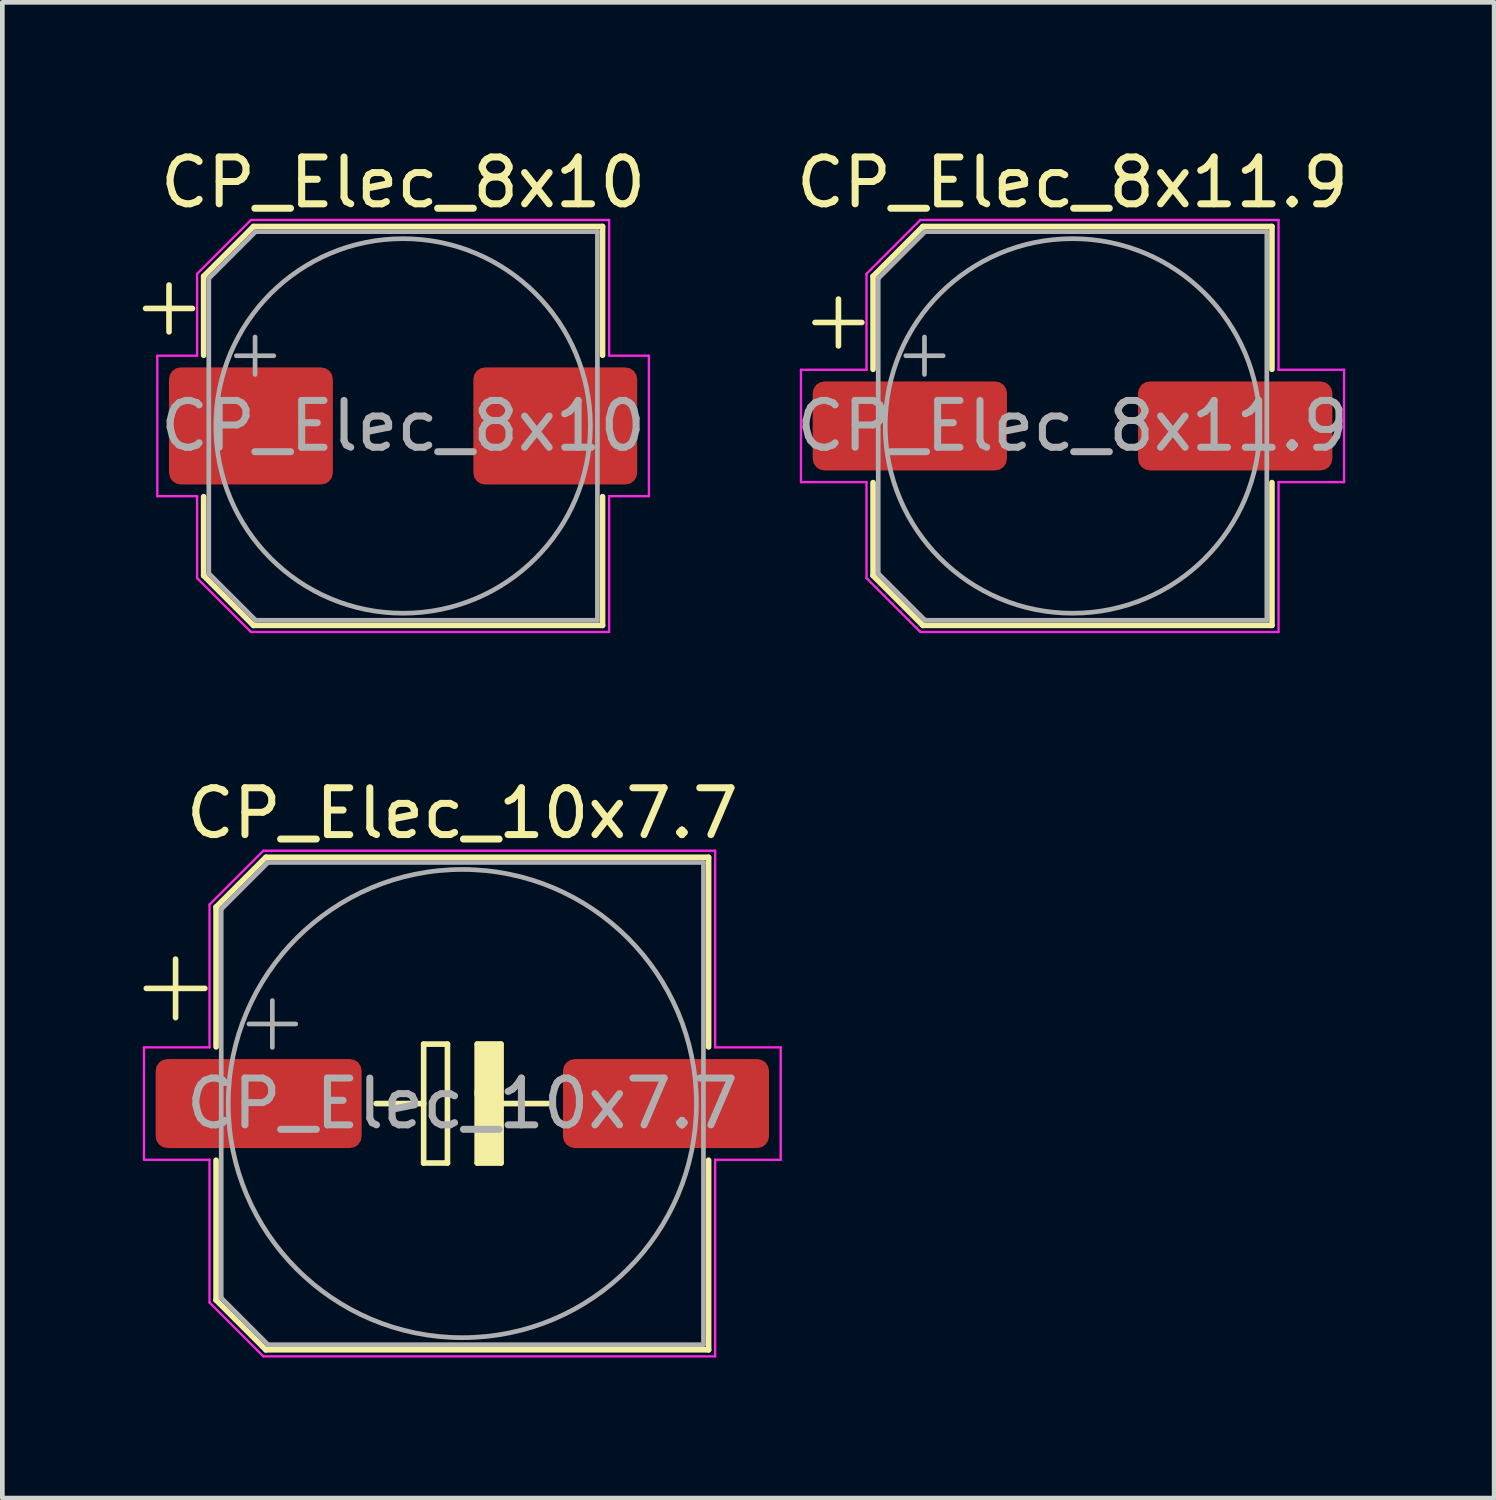
<source format=kicad_pcb>
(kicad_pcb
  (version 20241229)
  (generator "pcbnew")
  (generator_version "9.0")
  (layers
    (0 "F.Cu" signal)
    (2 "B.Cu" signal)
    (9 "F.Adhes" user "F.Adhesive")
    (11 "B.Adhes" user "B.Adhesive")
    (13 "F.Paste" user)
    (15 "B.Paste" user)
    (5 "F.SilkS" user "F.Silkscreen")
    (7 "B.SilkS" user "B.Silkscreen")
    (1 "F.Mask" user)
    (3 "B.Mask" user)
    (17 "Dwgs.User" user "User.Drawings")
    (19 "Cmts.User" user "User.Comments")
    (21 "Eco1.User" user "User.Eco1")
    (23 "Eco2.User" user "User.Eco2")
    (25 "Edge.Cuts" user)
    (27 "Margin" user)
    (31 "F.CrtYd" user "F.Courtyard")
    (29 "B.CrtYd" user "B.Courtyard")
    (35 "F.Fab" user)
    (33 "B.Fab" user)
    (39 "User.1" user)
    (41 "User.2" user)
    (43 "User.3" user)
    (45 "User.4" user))
  (footprint "CP_Elec_8x11.9"
    (layer "F.Cu")
    (at 19.858 6.048)
    (property "Reference" "CP_Elec_8x11.9" (at 0 -5.2 0) (layer "F.SilkS") (effects (font (size 1 1) (thickness 0.15))))
    (attr smd)
    (fp_line (start -5.5 -2.21) (end -4.5 -2.21) (stroke (width 0.12) (type solid)) (layer "F.SilkS"))
    (fp_line (start -5 -2.71) (end -5 -1.71) (stroke (width 0.12) (type solid)) (layer "F.SilkS"))
    (fp_line (start -4.26 -3.196) (end -4.26 -1.21) (stroke (width 0.12) (type solid)) (layer "F.SilkS"))
    (fp_line (start -4.26 -3.196) (end -3.196 -4.26) (stroke (width 0.12) (type solid)) (layer "F.SilkS"))
    (fp_line (start -4.26 3.196) (end -4.26 1.21) (stroke (width 0.12) (type solid)) (layer "F.SilkS"))
    (fp_line (start -4.26 3.196) (end -3.196 4.26) (stroke (width 0.12) (type solid)) (layer "F.SilkS"))
    (fp_line (start -3.196 -4.26) (end 4.26 -4.26) (stroke (width 0.12) (type solid)) (layer "F.SilkS"))
    (fp_line (start -3.196 4.26) (end 4.26 4.26) (stroke (width 0.12) (type solid)) (layer "F.SilkS"))
    (fp_line (start 4.26 -4.26) (end 4.26 -1.21) (stroke (width 0.12) (type solid)) (layer "F.SilkS"))
    (fp_line (start 4.26 4.26) (end 4.26 1.21) (stroke (width 0.12) (type solid)) (layer "F.SilkS"))
    (fp_line (start -5.8 -1.2) (end -5.8 1.2) (stroke (width 0.05) (type solid)) (layer "F.CrtYd"))
    (fp_line (start -5.8 1.2) (end -4.4 1.2) (stroke (width 0.05) (type solid)) (layer "F.CrtYd"))
    (fp_line (start -4.4 -3.25) (end -4.4 -1.2) (stroke (width 0.05) (type solid)) (layer "F.CrtYd"))
    (fp_line (start -4.4 -3.25) (end -3.25 -4.4) (stroke (width 0.05) (type solid)) (layer "F.CrtYd"))
    (fp_line (start -4.4 -1.2) (end -5.8 -1.2) (stroke (width 0.05) (type solid)) (layer "F.CrtYd"))
    (fp_line (start -4.4 1.2) (end -4.4 3.25) (stroke (width 0.05) (type solid)) (layer "F.CrtYd"))
    (fp_line (start -4.4 3.25) (end -3.25 4.4) (stroke (width 0.05) (type solid)) (layer "F.CrtYd"))
    (fp_line (start -3.25 -4.4) (end 4.4 -4.4) (stroke (width 0.05) (type solid)) (layer "F.CrtYd"))
    (fp_line (start -3.25 4.4) (end 4.4 4.4) (stroke (width 0.05) (type solid)) (layer "F.CrtYd"))
    (fp_line (start 4.4 -4.4) (end 4.4 -1.2) (stroke (width 0.05) (type solid)) (layer "F.CrtYd"))
    (fp_line (start 4.4 -1.2) (end 5.8 -1.2) (stroke (width 0.05) (type solid)) (layer "F.CrtYd"))
    (fp_line (start 4.4 1.2) (end 4.4 4.4) (stroke (width 0.05) (type solid)) (layer "F.CrtYd"))
    (fp_line (start 5.8 -1.2) (end 5.8 1.2) (stroke (width 0.05) (type solid)) (layer "F.CrtYd"))
    (fp_line (start 5.8 1.2) (end 4.4 1.2) (stroke (width 0.05) (type solid)) (layer "F.CrtYd"))
    (fp_line (start -4.15 -3.15) (end -4.15 3.15) (stroke (width 0.1) (type solid)) (layer "F.Fab"))
    (fp_line (start -4.15 -3.15) (end -3.15 -4.15) (stroke (width 0.1) (type solid)) (layer "F.Fab"))
    (fp_line (start -4.15 3.15) (end -3.15 4.15) (stroke (width 0.1) (type solid)) (layer "F.Fab"))
    (fp_line (start -3.562 -1.5) (end -2.762 -1.5) (stroke (width 0.1) (type solid)) (layer "F.Fab"))
    (fp_line (start -3.162 -1.9) (end -3.162 -1.1) (stroke (width 0.1) (type solid)) (layer "F.Fab"))
    (fp_line (start -3.15 -4.15) (end 4.15 -4.15) (stroke (width 0.1) (type solid)) (layer "F.Fab"))
    (fp_line (start -3.15 4.15) (end 4.15 4.15) (stroke (width 0.1) (type solid)) (layer "F.Fab"))
    (fp_line (start 4.15 -4.15) (end 4.15 4.15) (stroke (width 0.1) (type solid)) (layer "F.Fab"))
    (fp_circle (center 0 0) (end 4 0) (stroke (width 0.1) (type solid)) (fill no) (layer "F.Fab"))
    (fp_text user "${REFERENCE}" (at 0 0 0) (layer "F.Fab") (effects (font (size 1 1) (thickness 0.15))))
    (pad "1" smd roundrect (at -3.475 0) (size 4.15 1.9) (layers "F.Cu" "F.Mask" "F.Paste") (roundrect_rratio 0.132))
    (pad "2" smd roundrect (at 3.475 0) (size 4.15 1.9) (layers "F.Cu" "F.Mask" "F.Paste") (roundrect_rratio 0.132)))
  (footprint "CP_Elec_8x10"
    (layer "F.Cu")
    (at 5.56 6.048)
    (property "Reference" "CP_Elec_8x10" (at 0 -5.2 0) (layer "F.SilkS") (effects (font (size 1 1) (thickness 0.15))))
    (attr smd)
    (fp_line (start -5.5 -2.51) (end -4.5 -2.51) (stroke (width 0.12) (type solid)) (layer "F.SilkS"))
    (fp_line (start -5 -3.01) (end -5 -2.01) (stroke (width 0.12) (type solid)) (layer "F.SilkS"))
    (fp_line (start -4.26 -3.196) (end -4.26 -1.51) (stroke (width 0.12) (type solid)) (layer "F.SilkS"))
    (fp_line (start -4.26 -3.196) (end -3.196 -4.26) (stroke (width 0.12) (type solid)) (layer "F.SilkS"))
    (fp_line (start -4.26 3.196) (end -4.26 1.51) (stroke (width 0.12) (type solid)) (layer "F.SilkS"))
    (fp_line (start -4.26 3.196) (end -3.196 4.26) (stroke (width 0.12) (type solid)) (layer "F.SilkS"))
    (fp_line (start -3.196 -4.26) (end 4.26 -4.26) (stroke (width 0.12) (type solid)) (layer "F.SilkS"))
    (fp_line (start -3.196 4.26) (end 4.26 4.26) (stroke (width 0.12) (type solid)) (layer "F.SilkS"))
    (fp_line (start 4.26 -4.26) (end 4.26 -1.51) (stroke (width 0.12) (type solid)) (layer "F.SilkS"))
    (fp_line (start 4.26 4.26) (end 4.26 1.51) (stroke (width 0.12) (type solid)) (layer "F.SilkS"))
    (fp_line (start -5.25 -1.5) (end -5.25 1.5) (stroke (width 0.05) (type solid)) (layer "F.CrtYd"))
    (fp_line (start -5.25 1.5) (end -4.4 1.5) (stroke (width 0.05) (type solid)) (layer "F.CrtYd"))
    (fp_line (start -4.4 -3.25) (end -4.4 -1.5) (stroke (width 0.05) (type solid)) (layer "F.CrtYd"))
    (fp_line (start -4.4 -3.25) (end -3.25 -4.4) (stroke (width 0.05) (type solid)) (layer "F.CrtYd"))
    (fp_line (start -4.4 -1.5) (end -5.25 -1.5) (stroke (width 0.05) (type solid)) (layer "F.CrtYd"))
    (fp_line (start -4.4 1.5) (end -4.4 3.25) (stroke (width 0.05) (type solid)) (layer "F.CrtYd"))
    (fp_line (start -4.4 3.25) (end -3.25 4.4) (stroke (width 0.05) (type solid)) (layer "F.CrtYd"))
    (fp_line (start -3.25 -4.4) (end 4.4 -4.4) (stroke (width 0.05) (type solid)) (layer "F.CrtYd"))
    (fp_line (start -3.25 4.4) (end 4.4 4.4) (stroke (width 0.05) (type solid)) (layer "F.CrtYd"))
    (fp_line (start 4.4 -4.4) (end 4.4 -1.5) (stroke (width 0.05) (type solid)) (layer "F.CrtYd"))
    (fp_line (start 4.4 -1.5) (end 5.25 -1.5) (stroke (width 0.05) (type solid)) (layer "F.CrtYd"))
    (fp_line (start 4.4 1.5) (end 4.4 4.4) (stroke (width 0.05) (type solid)) (layer "F.CrtYd"))
    (fp_line (start 5.25 -1.5) (end 5.25 1.5) (stroke (width 0.05) (type solid)) (layer "F.CrtYd"))
    (fp_line (start 5.25 1.5) (end 4.4 1.5) (stroke (width 0.05) (type solid)) (layer "F.CrtYd"))
    (fp_line (start -4.15 -3.15) (end -4.15 3.15) (stroke (width 0.1) (type solid)) (layer "F.Fab"))
    (fp_line (start -4.15 -3.15) (end -3.15 -4.15) (stroke (width 0.1) (type solid)) (layer "F.Fab"))
    (fp_line (start -4.15 3.15) (end -3.15 4.15) (stroke (width 0.1) (type solid)) (layer "F.Fab"))
    (fp_line (start -3.562 -1.5) (end -2.762 -1.5) (stroke (width 0.1) (type solid)) (layer "F.Fab"))
    (fp_line (start -3.162 -1.9) (end -3.162 -1.1) (stroke (width 0.1) (type solid)) (layer "F.Fab"))
    (fp_line (start -3.15 -4.15) (end 4.15 -4.15) (stroke (width 0.1) (type solid)) (layer "F.Fab"))
    (fp_line (start -3.15 4.15) (end 4.15 4.15) (stroke (width 0.1) (type solid)) (layer "F.Fab"))
    (fp_line (start 4.15 -4.15) (end 4.15 4.15) (stroke (width 0.1) (type solid)) (layer "F.Fab"))
    (fp_circle (center 0 0) (end 4 0) (stroke (width 0.1) (type solid)) (fill no) (layer "F.Fab"))
    (fp_text user "${REFERENCE}" (at 0 0 0) (layer "F.Fab") (effects (font (size 1 1) (thickness 0.15))))
    (pad "1" smd roundrect (at -3.25 0) (size 3.5 2.5) (layers "F.Cu" "F.Mask" "F.Paste") (roundrect_rratio 0.1))
    (pad "2" smd roundrect (at 3.25 0) (size 3.5 2.5) (layers "F.Cu" "F.Mask" "F.Paste") (roundrect_rratio 0.1)))
  (footprint "CP_Elec_10x7.7"
    (layer "F.Cu")
    (at 6.825 20.521)
    (property "Reference" "CP_Elec_10x7.7" (at 0 -6.2 0) (layer "F.SilkS") (effects (font (size 1 1) (thickness 0.15))))
    (attr smd)
    (fp_line (start -6.75 -2.46) (end -5.5 -2.46) (stroke (width 0.12) (type solid)) (layer "F.SilkS"))
    (fp_line (start -6.125 -3.085) (end -6.125 -1.835) (stroke (width 0.12) (type solid)) (layer "F.SilkS"))
    (fp_line (start -5.26 -4.196) (end -5.26 -1.21) (stroke (width 0.12) (type solid)) (layer "F.SilkS"))
    (fp_line (start -5.26 -4.196) (end -4.196 -5.26) (stroke (width 0.12) (type solid)) (layer "F.SilkS"))
    (fp_line (start -5.26 4.196) (end -5.26 1.21) (stroke (width 0.12) (type solid)) (layer "F.SilkS"))
    (fp_line (start -5.26 4.196) (end -4.196 5.26) (stroke (width 0.12) (type solid)) (layer "F.SilkS"))
    (fp_line (start -4.196 -5.26) (end 5.26 -5.26) (stroke (width 0.12) (type solid)) (layer "F.SilkS"))
    (fp_line (start -4.196 5.26) (end 5.26 5.26) (stroke (width 0.12) (type solid)) (layer "F.SilkS"))
    (fp_line (start -1.841 0) (end -0.826 0) (stroke (width 0.12) (type solid)) (layer "F.SilkS"))
    (fp_line (start -0.826 1.27) (end -0.826 -1.27) (stroke (width 0.12) (type solid)) (layer "F.SilkS"))
    (fp_line (start -0.318 -1.27) (end -0.826 -1.27) (stroke (width 0.12) (type solid)) (layer "F.SilkS"))
    (fp_line (start -0.318 -1.27) (end -0.318 1.27) (stroke (width 0.12) (type solid)) (layer "F.SilkS"))
    (fp_line (start -0.318 1.27) (end -0.826 1.27) (stroke (width 0.12) (type solid)) (layer "F.SilkS"))
    (fp_line (start 0.318 -1.27) (end 0.318 -0.191) (stroke (width 0.12) (type solid)) (layer "F.SilkS"))
    (fp_line (start 0.318 -0.254) (end 0.318 1.27) (stroke (width 0.12) (type solid)) (layer "F.SilkS"))
    (fp_line (start 0.318 1.27) (end 0.826 1.27) (stroke (width 0.12) (type solid)) (layer "F.SilkS"))
    (fp_line (start 0.826 -1.27) (end 0.318 -1.27) (stroke (width 0.12) (type solid)) (layer "F.SilkS"))
    (fp_line (start 0.826 0) (end 1.841 0) (stroke (width 0.12) (type solid)) (layer "F.SilkS"))
    (fp_line (start 0.826 1.27) (end 0.826 -1.27) (stroke (width 0.12) (type solid)) (layer "F.SilkS"))
    (fp_line (start 5.26 -5.26) (end 5.26 -1.21) (stroke (width 0.12) (type solid)) (layer "F.SilkS"))
    (fp_line (start 5.26 5.26) (end 5.26 1.21) (stroke (width 0.12) (type solid)) (layer "F.SilkS"))
    (fp_poly (pts (xy 0.826 1.27) (xy 0.318 1.27) (xy 0.318 -1.27) (xy 0.826 -1.27)) (stroke (width 0.1) (type solid)) (fill yes) (layer "F.SilkS"))
    (fp_line (start -6.8 -1.2) (end -6.8 1.2) (stroke (width 0.05) (type solid)) (layer "F.CrtYd"))
    (fp_line (start -6.8 1.2) (end -5.4 1.2) (stroke (width 0.05) (type solid)) (layer "F.CrtYd"))
    (fp_line (start -5.4 -4.25) (end -5.4 -1.2) (stroke (width 0.05) (type solid)) (layer "F.CrtYd"))
    (fp_line (start -5.4 -4.25) (end -4.25 -5.4) (stroke (width 0.05) (type solid)) (layer "F.CrtYd"))
    (fp_line (start -5.4 -1.2) (end -6.8 -1.2) (stroke (width 0.05) (type solid)) (layer "F.CrtYd"))
    (fp_line (start -5.4 1.2) (end -5.4 4.25) (stroke (width 0.05) (type solid)) (layer "F.CrtYd"))
    (fp_line (start -5.4 4.25) (end -4.25 5.4) (stroke (width 0.05) (type solid)) (layer "F.CrtYd"))
    (fp_line (start -4.25 -5.4) (end 5.4 -5.4) (stroke (width 0.05) (type solid)) (layer "F.CrtYd"))
    (fp_line (start -4.25 5.4) (end 5.4 5.4) (stroke (width 0.05) (type solid)) (layer "F.CrtYd"))
    (fp_line (start 5.4 -5.4) (end 5.4 -1.2) (stroke (width 0.05) (type solid)) (layer "F.CrtYd"))
    (fp_line (start 5.4 -1.2) (end 6.8 -1.2) (stroke (width 0.05) (type solid)) (layer "F.CrtYd"))
    (fp_line (start 5.4 1.2) (end 5.4 5.4) (stroke (width 0.05) (type solid)) (layer "F.CrtYd"))
    (fp_line (start 6.8 -1.2) (end 6.8 1.2) (stroke (width 0.05) (type solid)) (layer "F.CrtYd"))
    (fp_line (start 6.8 1.2) (end 5.4 1.2) (stroke (width 0.05) (type solid)) (layer "F.CrtYd"))
    (fp_line (start -5.15 -4.15) (end -5.15 4.15) (stroke (width 0.1) (type solid)) (layer "F.Fab"))
    (fp_line (start -5.15 -4.15) (end -4.15 -5.15) (stroke (width 0.1) (type solid)) (layer "F.Fab"))
    (fp_line (start -5.15 4.15) (end -4.15 5.15) (stroke (width 0.1) (type solid)) (layer "F.Fab"))
    (fp_line (start -4.558 -1.7) (end -3.558 -1.7) (stroke (width 0.1) (type solid)) (layer "F.Fab"))
    (fp_line (start -4.15 -5.15) (end 5.15 -5.15) (stroke (width 0.1) (type solid)) (layer "F.Fab"))
    (fp_line (start -4.15 5.15) (end 5.15 5.15) (stroke (width 0.1) (type solid)) (layer "F.Fab"))
    (fp_line (start -4.058 -2.2) (end -4.058 -1.2) (stroke (width 0.1) (type solid)) (layer "F.Fab"))
    (fp_line (start 5.15 -5.15) (end 5.15 5.15) (stroke (width 0.1) (type solid)) (layer "F.Fab"))
    (fp_circle (center 0 0) (end 5 0) (stroke (width 0.1) (type solid)) (fill no) (layer "F.Fab"))
    (fp_text user "${REFERENCE}" (at 0 0 0) (layer "F.Fab") (effects (font (size 1 1) (thickness 0.15))))
    (pad "1" smd roundrect (at -4.35 0) (size 4.4 1.9) (layers "F.Cu" "F.Mask" "F.Paste") (roundrect_rratio 0.132))
    (pad "2" smd roundrect (at 4.35 0) (size 4.4 1.9) (layers "F.Cu" "F.Mask" "F.Paste") (roundrect_rratio 0.132)))
  (gr_rect
    (start -3 -3)
    (end 28.864 28.947)
    (stroke (width 0.1) (type default))
    (fill no)
    (layer "Edge.Cuts")))
</source>
